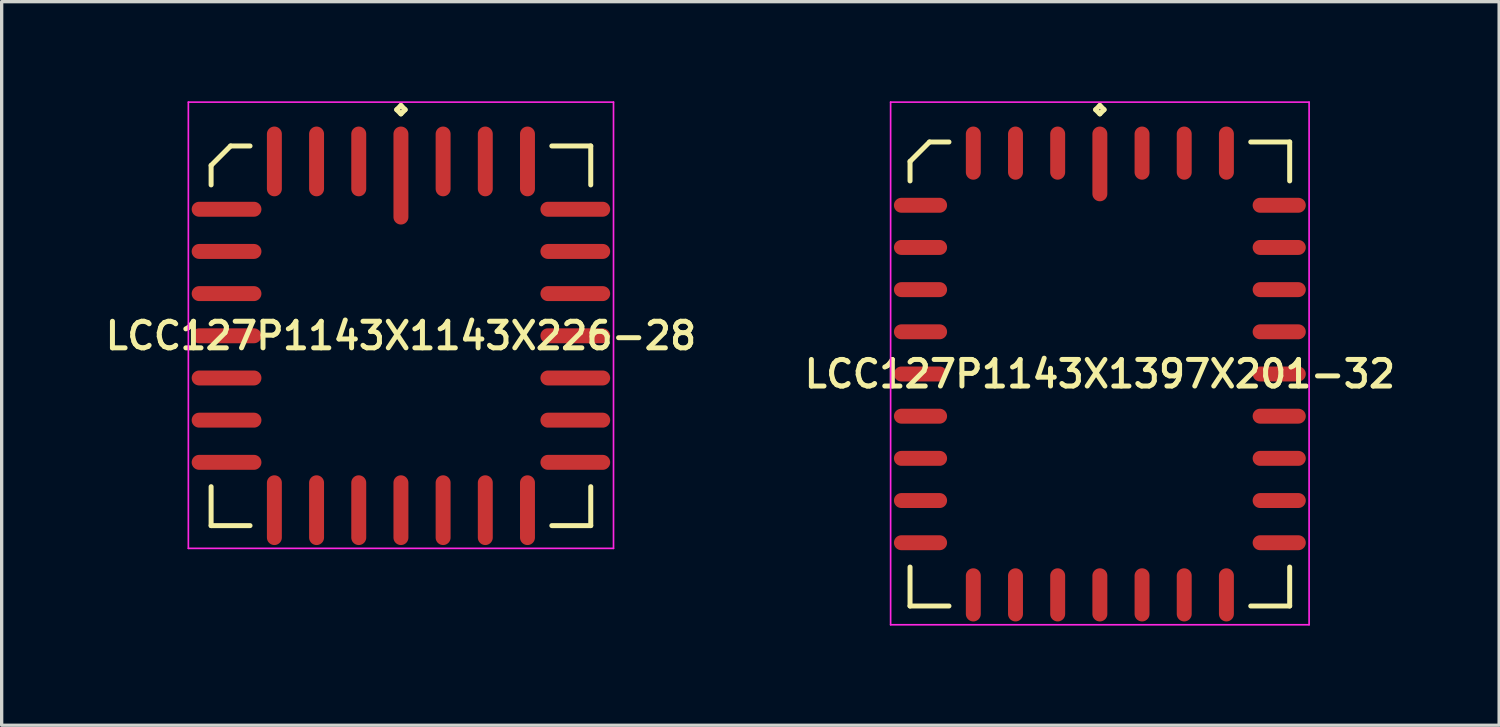
<source format=kicad_pcb>
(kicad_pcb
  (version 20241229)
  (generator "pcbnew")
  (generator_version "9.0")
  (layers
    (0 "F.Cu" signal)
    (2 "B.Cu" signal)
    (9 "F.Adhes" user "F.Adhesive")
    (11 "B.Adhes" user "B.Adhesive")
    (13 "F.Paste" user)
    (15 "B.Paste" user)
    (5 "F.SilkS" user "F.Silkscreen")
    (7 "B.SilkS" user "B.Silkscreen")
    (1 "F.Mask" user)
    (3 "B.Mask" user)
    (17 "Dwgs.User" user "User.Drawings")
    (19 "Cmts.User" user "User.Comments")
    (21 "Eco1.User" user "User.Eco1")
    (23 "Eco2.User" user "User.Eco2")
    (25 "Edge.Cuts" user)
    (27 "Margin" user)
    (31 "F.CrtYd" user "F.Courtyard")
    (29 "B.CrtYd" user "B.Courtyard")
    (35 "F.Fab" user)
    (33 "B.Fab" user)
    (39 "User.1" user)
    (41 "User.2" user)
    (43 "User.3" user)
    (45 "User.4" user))
  (footprint "LCC127P1143X1143X226-28"
    (layer "F.Cu")
    (at 9.021 7.06)
    (property "Reference" "LCC127P1143X1143X226-28" (at 0 0 0) (layer "F.SilkS") (effects (font (size 0.8 0.8) (thickness 0.15))))
    (attr smd)
    (fp_line (start -5.715 -5.129) (end -5.129 -5.715) (stroke (width 0.15) (type solid)) (layer "F.SilkS"))
    (fp_line (start -5.715 -4.543) (end -5.715 -5.129) (stroke (width 0.15) (type solid)) (layer "F.SilkS"))
    (fp_line (start -5.715 4.543) (end -5.715 5.715) (stroke (width 0.15) (type solid)) (layer "F.SilkS"))
    (fp_line (start -5.715 5.715) (end -4.543 5.715) (stroke (width 0.15) (type solid)) (layer "F.SilkS"))
    (fp_line (start -5.129 -5.715) (end -4.543 -5.715) (stroke (width 0.15) (type solid)) (layer "F.SilkS"))
    (fp_line (start -0.127 -6.808) (end 0 -6.935) (stroke (width 0.15) (type solid)) (layer "F.SilkS"))
    (fp_line (start 0 -6.935) (end 0.127 -6.808) (stroke (width 0.15) (type solid)) (layer "F.SilkS"))
    (fp_line (start 0 -6.681) (end -0.127 -6.808) (stroke (width 0.15) (type solid)) (layer "F.SilkS"))
    (fp_line (start 0.127 -6.808) (end 0 -6.681) (stroke (width 0.15) (type solid)) (layer "F.SilkS"))
    (fp_line (start 5.715 -5.715) (end 4.543 -5.715) (stroke (width 0.15) (type solid)) (layer "F.SilkS"))
    (fp_line (start 5.715 -4.543) (end 5.715 -5.715) (stroke (width 0.15) (type solid)) (layer "F.SilkS"))
    (fp_line (start 5.715 4.543) (end 5.715 5.715) (stroke (width 0.15) (type solid)) (layer "F.SilkS"))
    (fp_line (start 5.715 5.715) (end 4.543 5.715) (stroke (width 0.15) (type solid)) (layer "F.SilkS"))
    (fp_line (start -6.4 -7.035) (end 6.4 -7.035) (stroke (width 0.05) (type solid)) (layer "F.CrtYd"))
    (fp_line (start -6.4 6.4) (end -6.4 -7.035) (stroke (width 0.05) (type solid)) (layer "F.CrtYd"))
    (fp_line (start 6.4 -7.035) (end 6.4 6.4) (stroke (width 0.05) (type solid)) (layer "F.CrtYd"))
    (fp_line (start 6.4 6.4) (end -6.4 6.4) (stroke (width 0.05) (type solid)) (layer "F.CrtYd"))
    (pad "1" smd oval (at 0 -4.825) (size 0.45 2.95) (layers "F.Cu" "F.Mask" "F.Paste"))
    (pad "2" smd oval (at -1.27 -5.25) (size 0.45 2.1) (layers "F.Cu" "F.Mask" "F.Paste"))
    (pad "3" smd oval (at -2.54 -5.25) (size 0.45 2.1) (layers "F.Cu" "F.Mask" "F.Paste"))
    (pad "4" smd oval (at -3.81 -5.25) (size 0.45 2.1) (layers "F.Cu" "F.Mask" "F.Paste"))
    (pad "5" smd oval (at -5.25 -3.81) (size 2.1 0.45) (layers "F.Cu" "F.Mask" "F.Paste"))
    (pad "6" smd oval (at -5.25 -2.54) (size 2.1 0.45) (layers "F.Cu" "F.Mask" "F.Paste"))
    (pad "7" smd oval (at -5.25 -1.27) (size 2.1 0.45) (layers "F.Cu" "F.Mask" "F.Paste"))
    (pad "8" smd oval (at -5.25 0) (size 2.1 0.45) (layers "F.Cu" "F.Mask" "F.Paste"))
    (pad "9" smd oval (at -5.25 1.27) (size 2.1 0.45) (layers "F.Cu" "F.Mask" "F.Paste"))
    (pad "10" smd oval (at -5.25 2.54) (size 2.1 0.45) (layers "F.Cu" "F.Mask" "F.Paste"))
    (pad "11" smd oval (at -5.25 3.81) (size 2.1 0.45) (layers "F.Cu" "F.Mask" "F.Paste"))
    (pad "12" smd oval (at -3.81 5.25) (size 0.45 2.1) (layers "F.Cu" "F.Mask" "F.Paste"))
    (pad "13" smd oval (at -2.54 5.25) (size 0.45 2.1) (layers "F.Cu" "F.Mask" "F.Paste"))
    (pad "14" smd oval (at -1.27 5.25) (size 0.45 2.1) (layers "F.Cu" "F.Mask" "F.Paste"))
    (pad "15" smd oval (at 0 5.25) (size 0.45 2.1) (layers "F.Cu" "F.Mask" "F.Paste"))
    (pad "16" smd oval (at 1.27 5.25) (size 0.45 2.1) (layers "F.Cu" "F.Mask" "F.Paste"))
    (pad "17" smd oval (at 2.54 5.25) (size 0.45 2.1) (layers "F.Cu" "F.Mask" "F.Paste"))
    (pad "18" smd oval (at 3.81 5.25) (size 0.45 2.1) (layers "F.Cu" "F.Mask" "F.Paste"))
    (pad "19" smd oval (at 5.25 3.81) (size 2.1 0.45) (layers "F.Cu" "F.Mask" "F.Paste"))
    (pad "20" smd oval (at 5.25 2.54) (size 2.1 0.45) (layers "F.Cu" "F.Mask" "F.Paste"))
    (pad "21" smd oval (at 5.25 1.27) (size 2.1 0.45) (layers "F.Cu" "F.Mask" "F.Paste"))
    (pad "22" smd oval (at 5.25 0) (size 2.1 0.45) (layers "F.Cu" "F.Mask" "F.Paste"))
    (pad "23" smd oval (at 5.25 -1.27) (size 2.1 0.45) (layers "F.Cu" "F.Mask" "F.Paste"))
    (pad "24" smd oval (at 5.25 -2.54) (size 2.1 0.45) (layers "F.Cu" "F.Mask" "F.Paste"))
    (pad "25" smd oval (at 5.25 -3.81) (size 2.1 0.45) (layers "F.Cu" "F.Mask" "F.Paste"))
    (pad "26" smd oval (at 3.81 -5.25) (size 0.45 2.1) (layers "F.Cu" "F.Mask" "F.Paste"))
    (pad "27" smd oval (at 2.54 -5.25) (size 0.45 2.1) (layers "F.Cu" "F.Mask" "F.Paste"))
    (pad "28" smd oval (at 1.27 -5.25) (size 0.45 2.1) (layers "F.Cu" "F.Mask" "F.Paste")))
  (footprint "LCC127P1143X1397X201-32"
    (layer "F.Cu")
    (at 30.064 8.21)
    (property "Reference" "LCC127P1143X1397X201-32" (at 0 0 0) (layer "F.SilkS") (effects (font (size 0.8 0.8) (thickness 0.15))))
    (attr smd)
    (fp_line (start -5.715 -6.399) (end -5.129 -6.985) (stroke (width 0.15) (type solid)) (layer "F.SilkS"))
    (fp_line (start -5.715 -5.813) (end -5.715 -6.399) (stroke (width 0.15) (type solid)) (layer "F.SilkS"))
    (fp_line (start -5.715 5.813) (end -5.715 6.985) (stroke (width 0.15) (type solid)) (layer "F.SilkS"))
    (fp_line (start -5.715 6.985) (end -4.543 6.985) (stroke (width 0.15) (type solid)) (layer "F.SilkS"))
    (fp_line (start -5.129 -6.985) (end -4.543 -6.985) (stroke (width 0.15) (type solid)) (layer "F.SilkS"))
    (fp_line (start -0.127 -7.958) (end 0 -8.085) (stroke (width 0.15) (type solid)) (layer "F.SilkS"))
    (fp_line (start 0 -8.085) (end 0.127 -7.958) (stroke (width 0.15) (type solid)) (layer "F.SilkS"))
    (fp_line (start 0 -7.831) (end -0.127 -7.958) (stroke (width 0.15) (type solid)) (layer "F.SilkS"))
    (fp_line (start 0.127 -7.958) (end 0 -7.831) (stroke (width 0.15) (type solid)) (layer "F.SilkS"))
    (fp_line (start 5.715 -6.985) (end 4.543 -6.985) (stroke (width 0.15) (type solid)) (layer "F.SilkS"))
    (fp_line (start 5.715 -5.813) (end 5.715 -6.985) (stroke (width 0.15) (type solid)) (layer "F.SilkS"))
    (fp_line (start 5.715 5.813) (end 5.715 6.985) (stroke (width 0.15) (type solid)) (layer "F.SilkS"))
    (fp_line (start 5.715 6.985) (end 4.543 6.985) (stroke (width 0.15) (type solid)) (layer "F.SilkS"))
    (fp_line (start -6.3 -8.185) (end 6.3 -8.185) (stroke (width 0.05) (type solid)) (layer "F.CrtYd"))
    (fp_line (start -6.3 7.55) (end -6.3 -8.185) (stroke (width 0.05) (type solid)) (layer "F.CrtYd"))
    (fp_line (start 6.3 -8.185) (end 6.3 7.55) (stroke (width 0.05) (type solid)) (layer "F.CrtYd"))
    (fp_line (start 6.3 7.55) (end -6.3 7.55) (stroke (width 0.05) (type solid)) (layer "F.CrtYd"))
    (pad "1" smd oval (at 0 -6.325) (size 0.45 2.25) (layers "F.Cu" "F.Mask" "F.Paste"))
    (pad "2" smd oval (at -1.27 -6.65) (size 0.45 1.6) (layers "F.Cu" "F.Mask" "F.Paste"))
    (pad "3" smd oval (at -2.54 -6.65) (size 0.45 1.6) (layers "F.Cu" "F.Mask" "F.Paste"))
    (pad "4" smd oval (at -3.81 -6.65) (size 0.45 1.6) (layers "F.Cu" "F.Mask" "F.Paste"))
    (pad "5" smd oval (at -5.4 -5.08) (size 1.6 0.45) (layers "F.Cu" "F.Mask" "F.Paste"))
    (pad "6" smd oval (at -5.4 -3.81) (size 1.6 0.45) (layers "F.Cu" "F.Mask" "F.Paste"))
    (pad "7" smd oval (at -5.4 -2.54) (size 1.6 0.45) (layers "F.Cu" "F.Mask" "F.Paste"))
    (pad "8" smd oval (at -5.4 -1.27) (size 1.6 0.45) (layers "F.Cu" "F.Mask" "F.Paste"))
    (pad "9" smd oval (at -5.4 0) (size 1.6 0.45) (layers "F.Cu" "F.Mask" "F.Paste"))
    (pad "10" smd oval (at -5.4 1.27) (size 1.6 0.45) (layers "F.Cu" "F.Mask" "F.Paste"))
    (pad "11" smd oval (at -5.4 2.54) (size 1.6 0.45) (layers "F.Cu" "F.Mask" "F.Paste"))
    (pad "12" smd oval (at -5.4 3.81) (size 1.6 0.45) (layers "F.Cu" "F.Mask" "F.Paste"))
    (pad "13" smd oval (at -5.4 5.08) (size 1.6 0.45) (layers "F.Cu" "F.Mask" "F.Paste"))
    (pad "14" smd oval (at -3.81 6.65) (size 0.45 1.6) (layers "F.Cu" "F.Mask" "F.Paste"))
    (pad "15" smd oval (at -2.54 6.65) (size 0.45 1.6) (layers "F.Cu" "F.Mask" "F.Paste"))
    (pad "16" smd oval (at -1.27 6.65) (size 0.45 1.6) (layers "F.Cu" "F.Mask" "F.Paste"))
    (pad "17" smd oval (at 0 6.65) (size 0.45 1.6) (layers "F.Cu" "F.Mask" "F.Paste"))
    (pad "18" smd oval (at 1.27 6.65) (size 0.45 1.6) (layers "F.Cu" "F.Mask" "F.Paste"))
    (pad "19" smd oval (at 2.54 6.65) (size 0.45 1.6) (layers "F.Cu" "F.Mask" "F.Paste"))
    (pad "20" smd oval (at 3.81 6.65) (size 0.45 1.6) (layers "F.Cu" "F.Mask" "F.Paste"))
    (pad "21" smd oval (at 5.4 5.08) (size 1.6 0.45) (layers "F.Cu" "F.Mask" "F.Paste"))
    (pad "22" smd oval (at 5.4 3.81) (size 1.6 0.45) (layers "F.Cu" "F.Mask" "F.Paste"))
    (pad "23" smd oval (at 5.4 2.54) (size 1.6 0.45) (layers "F.Cu" "F.Mask" "F.Paste"))
    (pad "24" smd oval (at 5.4 1.27) (size 1.6 0.45) (layers "F.Cu" "F.Mask" "F.Paste"))
    (pad "25" smd oval (at 5.4 0) (size 1.6 0.45) (layers "F.Cu" "F.Mask" "F.Paste"))
    (pad "26" smd oval (at 5.4 -1.27) (size 1.6 0.45) (layers "F.Cu" "F.Mask" "F.Paste"))
    (pad "27" smd oval (at 5.4 -2.54) (size 1.6 0.45) (layers "F.Cu" "F.Mask" "F.Paste"))
    (pad "28" smd oval (at 5.4 -3.81) (size 1.6 0.45) (layers "F.Cu" "F.Mask" "F.Paste"))
    (pad "29" smd oval (at 5.4 -5.08) (size 1.6 0.45) (layers "F.Cu" "F.Mask" "F.Paste"))
    (pad "30" smd oval (at 3.81 -6.65) (size 0.45 1.6) (layers "F.Cu" "F.Mask" "F.Paste"))
    (pad "31" smd oval (at 2.54 -6.65) (size 0.45 1.6) (layers "F.Cu" "F.Mask" "F.Paste"))
    (pad "32" smd oval (at 1.27 -6.65) (size 0.45 1.6) (layers "F.Cu" "F.Mask" "F.Paste")))
  (gr_rect
    (start -3 -3)
    (end 42.085 18.785)
    (stroke (width 0.1) (type default))
    (fill no)
    (layer "Edge.Cuts")))
</source>
